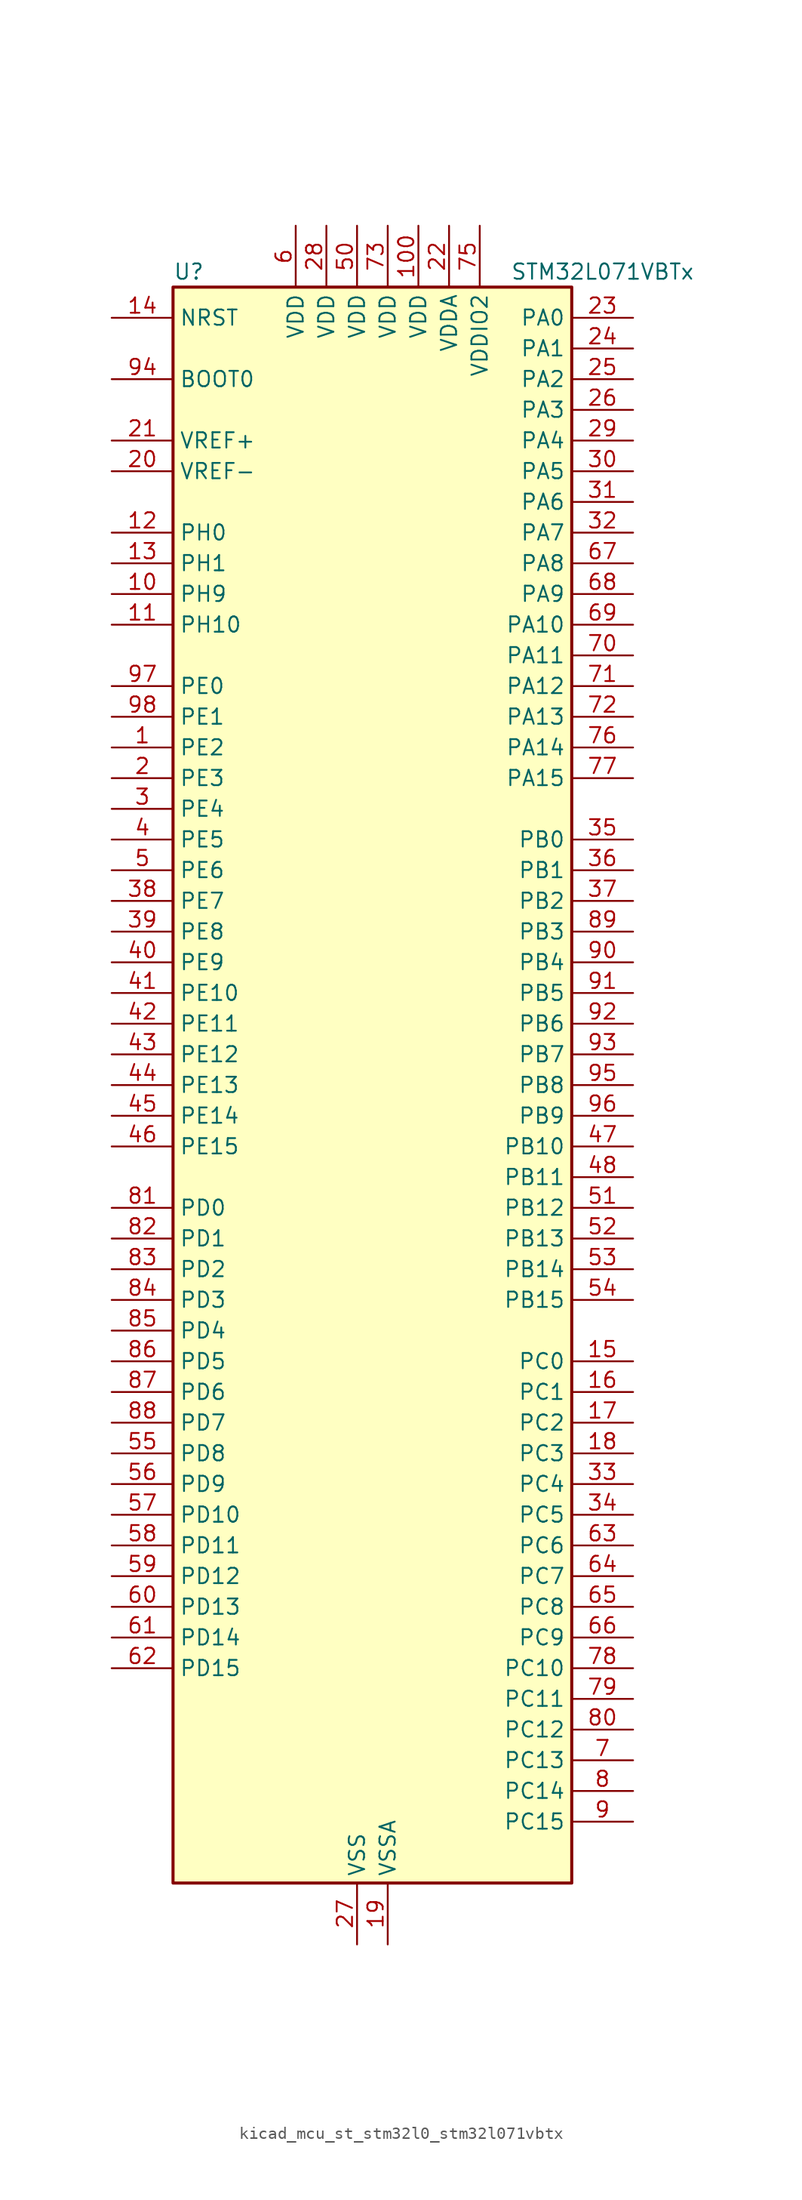
<source format=kicad_sym>
(kicad_symbol_lib
  (version 20220914)
  (generator kicad_symbol_editor)
  (symbol "kicad_mcu_st_stm32l0_stm32l071vbtx"
    (property "Reference" "U"
      (at -15.24 67.31 0)
      (effects (font (size 1.27 1.27)) (justify left)))
    (property "Value" "STM32L071VBTx"
      (at 12.7 67.31 0)
      (effects (font (size 1.27 1.27)) (justify left)))
    (property "ki_locked" ""
      (at 0 0 0)
      (effects (font (size 1.27 1.27))))
    (symbol "kicad_mcu_st_stm32l0_stm32l071vbtx_0_1"
      (rectangle (start -15.24 -66.04) (end 17.78 66.04) (stroke (width 0.254) (type default)) (fill (type background))))
    (symbol "kicad_mcu_st_stm32l0_stm32l071vbtx_1_1"
      (pin bidirectional line (at -20.32 27.94 0) (length 5.08) (name "PE2" (effects (font (size 1.27 1.27)))) (number "1" (effects (font (size 1.27 1.27)))) (alternate "TIM3_ETR" bidirectional line))
      (pin bidirectional line (at -20.32 40.64 0) (length 5.08) (name "PH9" (effects (font (size 1.27 1.27)))) (number "10" (effects (font (size 1.27 1.27)))))
      (pin power_in line (at 5.08 71.12 270) (length 5.08) (name "VDD" (effects (font (size 1.27 1.27)))) (number "100" (effects (font (size 1.27 1.27)))))
      (pin bidirectional line (at -20.32 38.1 0) (length 5.08) (name "PH10" (effects (font (size 1.27 1.27)))) (number "11" (effects (font (size 1.27 1.27)))))
      (pin bidirectional line (at -20.32 45.72 0) (length 5.08) (name "PH0" (effects (font (size 1.27 1.27)))) (number "12" (effects (font (size 1.27 1.27)))) (alternate "RCC_OSC_IN" bidirectional line))
      (pin bidirectional line (at -20.32 43.18 0) (length 5.08) (name "PH1" (effects (font (size 1.27 1.27)))) (number "13" (effects (font (size 1.27 1.27)))) (alternate "RCC_OSC_OUT" bidirectional line))
      (pin input line (at -20.32 63.5 0) (length 5.08) (name "NRST" (effects (font (size 1.27 1.27)))) (number "14" (effects (font (size 1.27 1.27)))))
      (pin bidirectional line (at 22.86 -22.86 180) (length 5.08) (name "PC0" (effects (font (size 1.27 1.27)))) (number "15" (effects (font (size 1.27 1.27)))) (alternate "ADC_IN10" bidirectional line) (alternate "I2C3_SCL" bidirectional line) (alternate "LPTIM1_IN1" bidirectional line) (alternate "LPUART1_RX" bidirectional line))
      (pin bidirectional line (at 22.86 -25.4 180) (length 5.08) (name "PC1" (effects (font (size 1.27 1.27)))) (number "16" (effects (font (size 1.27 1.27)))) (alternate "ADC_IN11" bidirectional line) (alternate "I2C3_SDA" bidirectional line) (alternate "LPTIM1_OUT" bidirectional line) (alternate "LPUART1_TX" bidirectional line))
      (pin bidirectional line (at 22.86 -27.94 180) (length 5.08) (name "PC2" (effects (font (size 1.27 1.27)))) (number "17" (effects (font (size 1.27 1.27)))) (alternate "ADC_IN12" bidirectional line) (alternate "I2S2_MCK" bidirectional line) (alternate "LPTIM1_IN2" bidirectional line) (alternate "SPI2_MISO" bidirectional line))
      (pin bidirectional line (at 22.86 -30.48 180) (length 5.08) (name "PC3" (effects (font (size 1.27 1.27)))) (number "18" (effects (font (size 1.27 1.27)))) (alternate "ADC_IN13" bidirectional line) (alternate "I2S2_SD" bidirectional line) (alternate "LPTIM1_ETR" bidirectional line) (alternate "SPI2_MOSI" bidirectional line))
      (pin power_in line (at 2.54 -71.12 90) (length 5.08) (name "VSSA" (effects (font (size 1.27 1.27)))) (number "19" (effects (font (size 1.27 1.27)))))
      (pin bidirectional line (at -20.32 25.4 0) (length 5.08) (name "PE3" (effects (font (size 1.27 1.27)))) (number "2" (effects (font (size 1.27 1.27)))) (alternate "TIM22_CH1" bidirectional line) (alternate "TIM3_CH1" bidirectional line))
      (pin input line (at -20.32 50.8 0) (length 5.08) (name "VREF-" (effects (font (size 1.27 1.27)))) (number "20" (effects (font (size 1.27 1.27)))))
      (pin input line (at -20.32 53.34 0) (length 5.08) (name "VREF+" (effects (font (size 1.27 1.27)))) (number "21" (effects (font (size 1.27 1.27)))))
      (pin power_in line (at 7.62 71.12 270) (length 5.08) (name "VDDA" (effects (font (size 1.27 1.27)))) (number "22" (effects (font (size 1.27 1.27)))))
      (pin bidirectional line (at 22.86 63.5 180) (length 5.08) (name "PA0" (effects (font (size 1.27 1.27)))) (number "23" (effects (font (size 1.27 1.27)))) (alternate "ADC_IN0" bidirectional line) (alternate "COMP1_INM" bidirectional line) (alternate "COMP1_OUT" bidirectional line) (alternate "RTC_TAMP2" bidirectional line) (alternate "SYS_WKUP1" bidirectional line) (alternate "TIM2_CH1" bidirectional line) (alternate "TIM2_ETR" bidirectional line) (alternate "USART2_CTS" bidirectional line) (alternate "USART4_TX" bidirectional line))
      (pin bidirectional line (at 22.86 60.96 180) (length 5.08) (name "PA1" (effects (font (size 1.27 1.27)))) (number "24" (effects (font (size 1.27 1.27)))) (alternate "ADC_IN1" bidirectional line) (alternate "COMP1_INP" bidirectional line) (alternate "TIM21_ETR" bidirectional line) (alternate "TIM2_CH2" bidirectional line) (alternate "USART2_DE" bidirectional line) (alternate "USART2_RTS" bidirectional line) (alternate "USART4_RX" bidirectional line))
      (pin bidirectional line (at 22.86 58.42 180) (length 5.08) (name "PA2" (effects (font (size 1.27 1.27)))) (number "25" (effects (font (size 1.27 1.27)))) (alternate "ADC_IN2" bidirectional line) (alternate "COMP2_INM" bidirectional line) (alternate "COMP2_OUT" bidirectional line) (alternate "LPUART1_TX" bidirectional line) (alternate "TIM21_CH1" bidirectional line) (alternate "TIM2_CH3" bidirectional line) (alternate "USART2_TX" bidirectional line))
      (pin bidirectional line (at 22.86 55.88 180) (length 5.08) (name "PA3" (effects (font (size 1.27 1.27)))) (number "26" (effects (font (size 1.27 1.27)))) (alternate "ADC_IN3" bidirectional line) (alternate "COMP2_INP" bidirectional line) (alternate "LPUART1_RX" bidirectional line) (alternate "TIM21_CH2" bidirectional line) (alternate "TIM2_CH4" bidirectional line) (alternate "USART2_RX" bidirectional line))
      (pin power_in line (at 0 -71.12 90) (length 5.08) (name "VSS" (effects (font (size 1.27 1.27)))) (number "27" (effects (font (size 1.27 1.27)))))
      (pin power_in line (at -2.54 71.12 270) (length 5.08) (name "VDD" (effects (font (size 1.27 1.27)))) (number "28" (effects (font (size 1.27 1.27)))))
      (pin bidirectional line (at 22.86 53.34 180) (length 5.08) (name "PA4" (effects (font (size 1.27 1.27)))) (number "29" (effects (font (size 1.27 1.27)))) (alternate "ADC_IN4" bidirectional line) (alternate "COMP1_INM" bidirectional line) (alternate "COMP2_INM" bidirectional line) (alternate "SPI1_NSS" bidirectional line) (alternate "TIM22_ETR" bidirectional line) (alternate "USART2_CK" bidirectional line))
      (pin bidirectional line (at -20.32 22.86 0) (length 5.08) (name "PE4" (effects (font (size 1.27 1.27)))) (number "3" (effects (font (size 1.27 1.27)))) (alternate "TIM22_CH2" bidirectional line) (alternate "TIM3_CH2" bidirectional line))
      (pin bidirectional line (at 22.86 50.8 180) (length 5.08) (name "PA5" (effects (font (size 1.27 1.27)))) (number "30" (effects (font (size 1.27 1.27)))) (alternate "ADC_IN5" bidirectional line) (alternate "COMP1_INM" bidirectional line) (alternate "COMP2_INM" bidirectional line) (alternate "SPI1_SCK" bidirectional line) (alternate "TIM2_CH1" bidirectional line) (alternate "TIM2_ETR" bidirectional line))
      (pin bidirectional line (at 22.86 48.26 180) (length 5.08) (name "PA6" (effects (font (size 1.27 1.27)))) (number "31" (effects (font (size 1.27 1.27)))) (alternate "ADC_IN6" bidirectional line) (alternate "COMP1_OUT" bidirectional line) (alternate "LPUART1_CTS" bidirectional line) (alternate "SPI1_MISO" bidirectional line) (alternate "TIM22_CH1" bidirectional line) (alternate "TIM3_CH1" bidirectional line))
      (pin bidirectional line (at 22.86 45.72 180) (length 5.08) (name "PA7" (effects (font (size 1.27 1.27)))) (number "32" (effects (font (size 1.27 1.27)))) (alternate "ADC_IN7" bidirectional line) (alternate "COMP2_OUT" bidirectional line) (alternate "SPI1_MOSI" bidirectional line) (alternate "TIM22_CH2" bidirectional line) (alternate "TIM3_CH2" bidirectional line))
      (pin bidirectional line (at 22.86 -33.02 180) (length 5.08) (name "PC4" (effects (font (size 1.27 1.27)))) (number "33" (effects (font (size 1.27 1.27)))) (alternate "ADC_IN14" bidirectional line) (alternate "LPUART1_TX" bidirectional line))
      (pin bidirectional line (at 22.86 -35.56 180) (length 5.08) (name "PC5" (effects (font (size 1.27 1.27)))) (number "34" (effects (font (size 1.27 1.27)))) (alternate "ADC_IN15" bidirectional line) (alternate "LPUART1_RX" bidirectional line))
      (pin bidirectional line (at 22.86 20.32 180) (length 5.08) (name "PB0" (effects (font (size 1.27 1.27)))) (number "35" (effects (font (size 1.27 1.27)))) (alternate "ADC_IN8" bidirectional line) (alternate "SYS_VREF_OUT_PB0" bidirectional line) (alternate "TIM3_CH3" bidirectional line))
      (pin bidirectional line (at 22.86 17.78 180) (length 5.08) (name "PB1" (effects (font (size 1.27 1.27)))) (number "36" (effects (font (size 1.27 1.27)))) (alternate "ADC_IN9" bidirectional line) (alternate "LPUART1_DE" bidirectional line) (alternate "LPUART1_RTS" bidirectional line) (alternate "SYS_VREF_OUT_PB1" bidirectional line) (alternate "TIM3_CH4" bidirectional line))
      (pin bidirectional line (at 22.86 15.24 180) (length 5.08) (name "PB2" (effects (font (size 1.27 1.27)))) (number "37" (effects (font (size 1.27 1.27)))) (alternate "I2C3_SMBA" bidirectional line) (alternate "LPTIM1_OUT" bidirectional line))
      (pin bidirectional line (at -20.32 15.24 0) (length 5.08) (name "PE7" (effects (font (size 1.27 1.27)))) (number "38" (effects (font (size 1.27 1.27)))) (alternate "USART5_CK" bidirectional line) (alternate "USART5_DE" bidirectional line) (alternate "USART5_RTS" bidirectional line))
      (pin bidirectional line (at -20.32 12.7 0) (length 5.08) (name "PE8" (effects (font (size 1.27 1.27)))) (number "39" (effects (font (size 1.27 1.27)))) (alternate "USART4_TX" bidirectional line))
      (pin bidirectional line (at -20.32 20.32 0) (length 5.08) (name "PE5" (effects (font (size 1.27 1.27)))) (number "4" (effects (font (size 1.27 1.27)))) (alternate "TIM21_CH1" bidirectional line) (alternate "TIM3_CH3" bidirectional line))
      (pin bidirectional line (at -20.32 10.16 0) (length 5.08) (name "PE9" (effects (font (size 1.27 1.27)))) (number "40" (effects (font (size 1.27 1.27)))) (alternate "TIM2_CH1" bidirectional line) (alternate "TIM2_ETR" bidirectional line) (alternate "USART4_RX" bidirectional line))
      (pin bidirectional line (at -20.32 7.62 0) (length 5.08) (name "PE10" (effects (font (size 1.27 1.27)))) (number "41" (effects (font (size 1.27 1.27)))) (alternate "TIM2_CH2" bidirectional line) (alternate "USART5_TX" bidirectional line))
      (pin bidirectional line (at -20.32 5.08 0) (length 5.08) (name "PE11" (effects (font (size 1.27 1.27)))) (number "42" (effects (font (size 1.27 1.27)))) (alternate "ADC_EXTI11" bidirectional line) (alternate "TIM2_CH3" bidirectional line) (alternate "USART5_RX" bidirectional line))
      (pin bidirectional line (at -20.32 2.54 0) (length 5.08) (name "PE12" (effects (font (size 1.27 1.27)))) (number "43" (effects (font (size 1.27 1.27)))) (alternate "SPI1_NSS" bidirectional line) (alternate "TIM2_CH4" bidirectional line))
      (pin bidirectional line (at -20.32 0 0) (length 5.08) (name "PE13" (effects (font (size 1.27 1.27)))) (number "44" (effects (font (size 1.27 1.27)))) (alternate "SPI1_SCK" bidirectional line))
      (pin bidirectional line (at -20.32 -2.54 0) (length 5.08) (name "PE14" (effects (font (size 1.27 1.27)))) (number "45" (effects (font (size 1.27 1.27)))) (alternate "SPI1_MISO" bidirectional line))
      (pin bidirectional line (at -20.32 -5.08 0) (length 5.08) (name "PE15" (effects (font (size 1.27 1.27)))) (number "46" (effects (font (size 1.27 1.27)))) (alternate "SPI1_MOSI" bidirectional line))
      (pin bidirectional line (at 22.86 -5.08 180) (length 5.08) (name "PB10" (effects (font (size 1.27 1.27)))) (number "47" (effects (font (size 1.27 1.27)))) (alternate "I2C2_SCL" bidirectional line) (alternate "LPUART1_RX" bidirectional line) (alternate "LPUART1_TX" bidirectional line) (alternate "SPI2_SCK" bidirectional line) (alternate "TIM2_CH3" bidirectional line))
      (pin bidirectional line (at 22.86 -7.62 180) (length 5.08) (name "PB11" (effects (font (size 1.27 1.27)))) (number "48" (effects (font (size 1.27 1.27)))) (alternate "ADC_EXTI11" bidirectional line) (alternate "I2C2_SDA" bidirectional line) (alternate "LPUART1_RX" bidirectional line) (alternate "LPUART1_TX" bidirectional line) (alternate "TIM2_CH4" bidirectional line))
      (pin passive line (at 0 -71.12 90) (length 5.08) hide (name "VSS" (effects (font (size 1.27 1.27)))) (number "49" (effects (font (size 1.27 1.27)))))
      (pin bidirectional line (at -20.32 17.78 0) (length 5.08) (name "PE6" (effects (font (size 1.27 1.27)))) (number "5" (effects (font (size 1.27 1.27)))) (alternate "RTC_TAMP3" bidirectional line) (alternate "SYS_WKUP3" bidirectional line) (alternate "TIM21_CH2" bidirectional line) (alternate "TIM3_CH4" bidirectional line))
      (pin power_in line (at 0 71.12 270) (length 5.08) (name "VDD" (effects (font (size 1.27 1.27)))) (number "50" (effects (font (size 1.27 1.27)))))
      (pin bidirectional line (at 22.86 -10.16 180) (length 5.08) (name "PB12" (effects (font (size 1.27 1.27)))) (number "51" (effects (font (size 1.27 1.27)))) (alternate "I2S2_WS" bidirectional line) (alternate "LPUART1_DE" bidirectional line) (alternate "LPUART1_RTS" bidirectional line) (alternate "SPI2_NSS" bidirectional line))
      (pin bidirectional line (at 22.86 -12.7 180) (length 5.08) (name "PB13" (effects (font (size 1.27 1.27)))) (number "52" (effects (font (size 1.27 1.27)))) (alternate "I2C2_SCL" bidirectional line) (alternate "I2S2_CK" bidirectional line) (alternate "LPUART1_CTS" bidirectional line) (alternate "RCC_MCO" bidirectional line) (alternate "SPI2_SCK" bidirectional line) (alternate "TIM21_CH1" bidirectional line))
      (pin bidirectional line (at 22.86 -15.24 180) (length 5.08) (name "PB14" (effects (font (size 1.27 1.27)))) (number "53" (effects (font (size 1.27 1.27)))) (alternate "I2C2_SDA" bidirectional line) (alternate "I2S2_MCK" bidirectional line) (alternate "LPUART1_DE" bidirectional line) (alternate "LPUART1_RTS" bidirectional line) (alternate "RTC_OUT_ALARM" bidirectional line) (alternate "RTC_OUT_CALIB" bidirectional line) (alternate "SPI2_MISO" bidirectional line) (alternate "TIM21_CH2" bidirectional line))
      (pin bidirectional line (at 22.86 -17.78 180) (length 5.08) (name "PB15" (effects (font (size 1.27 1.27)))) (number "54" (effects (font (size 1.27 1.27)))) (alternate "I2S2_SD" bidirectional line) (alternate "RTC_REFIN" bidirectional line) (alternate "SPI2_MOSI" bidirectional line))
      (pin bidirectional line (at -20.32 -30.48 0) (length 5.08) (name "PD8" (effects (font (size 1.27 1.27)))) (number "55" (effects (font (size 1.27 1.27)))) (alternate "LPUART1_TX" bidirectional line))
      (pin bidirectional line (at -20.32 -33.02 0) (length 5.08) (name "PD9" (effects (font (size 1.27 1.27)))) (number "56" (effects (font (size 1.27 1.27)))) (alternate "LPUART1_RX" bidirectional line))
      (pin bidirectional line (at -20.32 -35.56 0) (length 5.08) (name "PD10" (effects (font (size 1.27 1.27)))) (number "57" (effects (font (size 1.27 1.27)))))
      (pin bidirectional line (at -20.32 -38.1 0) (length 5.08) (name "PD11" (effects (font (size 1.27 1.27)))) (number "58" (effects (font (size 1.27 1.27)))) (alternate "ADC_EXTI11" bidirectional line) (alternate "LPUART1_CTS" bidirectional line))
      (pin bidirectional line (at -20.32 -40.64 0) (length 5.08) (name "PD12" (effects (font (size 1.27 1.27)))) (number "59" (effects (font (size 1.27 1.27)))) (alternate "LPUART1_DE" bidirectional line) (alternate "LPUART1_RTS" bidirectional line))
      (pin power_in line (at -5.08 71.12 270) (length 5.08) (name "VDD" (effects (font (size 1.27 1.27)))) (number "6" (effects (font (size 1.27 1.27)))))
      (pin bidirectional line (at -20.32 -43.18 0) (length 5.08) (name "PD13" (effects (font (size 1.27 1.27)))) (number "60" (effects (font (size 1.27 1.27)))))
      (pin bidirectional line (at -20.32 -45.72 0) (length 5.08) (name "PD14" (effects (font (size 1.27 1.27)))) (number "61" (effects (font (size 1.27 1.27)))))
      (pin bidirectional line (at -20.32 -48.26 0) (length 5.08) (name "PD15" (effects (font (size 1.27 1.27)))) (number "62" (effects (font (size 1.27 1.27)))))
      (pin bidirectional line (at 22.86 -38.1 180) (length 5.08) (name "PC6" (effects (font (size 1.27 1.27)))) (number "63" (effects (font (size 1.27 1.27)))) (alternate "TIM22_CH1" bidirectional line) (alternate "TIM3_CH1" bidirectional line))
      (pin bidirectional line (at 22.86 -40.64 180) (length 5.08) (name "PC7" (effects (font (size 1.27 1.27)))) (number "64" (effects (font (size 1.27 1.27)))) (alternate "TIM22_CH2" bidirectional line) (alternate "TIM3_CH2" bidirectional line))
      (pin bidirectional line (at 22.86 -43.18 180) (length 5.08) (name "PC8" (effects (font (size 1.27 1.27)))) (number "65" (effects (font (size 1.27 1.27)))) (alternate "TIM22_ETR" bidirectional line) (alternate "TIM3_CH3" bidirectional line))
      (pin bidirectional line (at 22.86 -45.72 180) (length 5.08) (name "PC9" (effects (font (size 1.27 1.27)))) (number "66" (effects (font (size 1.27 1.27)))) (alternate "I2C3_SDA" bidirectional line) (alternate "TIM21_ETR" bidirectional line) (alternate "TIM3_CH4" bidirectional line))
      (pin bidirectional line (at 22.86 43.18 180) (length 5.08) (name "PA8" (effects (font (size 1.27 1.27)))) (number "67" (effects (font (size 1.27 1.27)))) (alternate "I2C3_SCL" bidirectional line) (alternate "RCC_MCO" bidirectional line) (alternate "USART1_CK" bidirectional line))
      (pin bidirectional line (at 22.86 40.64 180) (length 5.08) (name "PA9" (effects (font (size 1.27 1.27)))) (number "68" (effects (font (size 1.27 1.27)))) (alternate "I2C1_SCL" bidirectional line) (alternate "I2C3_SMBA" bidirectional line) (alternate "RCC_MCO" bidirectional line) (alternate "USART1_TX" bidirectional line))
      (pin bidirectional line (at 22.86 38.1 180) (length 5.08) (name "PA10" (effects (font (size 1.27 1.27)))) (number "69" (effects (font (size 1.27 1.27)))) (alternate "I2C1_SDA" bidirectional line) (alternate "USART1_RX" bidirectional line))
      (pin bidirectional line (at 22.86 -55.88 180) (length 5.08) (name "PC13" (effects (font (size 1.27 1.27)))) (number "7" (effects (font (size 1.27 1.27)))) (alternate "RTC_OUT_ALARM" bidirectional line) (alternate "RTC_OUT_CALIB" bidirectional line) (alternate "RTC_TAMP1" bidirectional line) (alternate "RTC_TS" bidirectional line) (alternate "SYS_WKUP2" bidirectional line))
      (pin bidirectional line (at 22.86 35.56 180) (length 5.08) (name "PA11" (effects (font (size 1.27 1.27)))) (number "70" (effects (font (size 1.27 1.27)))) (alternate "ADC_EXTI11" bidirectional line) (alternate "COMP1_OUT" bidirectional line) (alternate "SPI1_MISO" bidirectional line) (alternate "USART1_CTS" bidirectional line))
      (pin bidirectional line (at 22.86 33.02 180) (length 5.08) (name "PA12" (effects (font (size 1.27 1.27)))) (number "71" (effects (font (size 1.27 1.27)))) (alternate "COMP2_OUT" bidirectional line) (alternate "SPI1_MOSI" bidirectional line) (alternate "USART1_DE" bidirectional line) (alternate "USART1_RTS" bidirectional line))
      (pin bidirectional line (at 22.86 30.48 180) (length 5.08) (name "PA13" (effects (font (size 1.27 1.27)))) (number "72" (effects (font (size 1.27 1.27)))) (alternate "LPUART1_RX" bidirectional line) (alternate "SYS_SWDIO" bidirectional line))
      (pin power_in line (at 2.54 71.12 270) (length 5.08) (name "VDD" (effects (font (size 1.27 1.27)))) (number "73" (effects (font (size 1.27 1.27)))))
      (pin passive line (at 0 -71.12 90) (length 5.08) hide (name "VSS" (effects (font (size 1.27 1.27)))) (number "74" (effects (font (size 1.27 1.27)))))
      (pin power_in line (at 10.16 71.12 270) (length 5.08) (name "VDDIO2" (effects (font (size 1.27 1.27)))) (number "75" (effects (font (size 1.27 1.27)))))
      (pin bidirectional line (at 22.86 27.94 180) (length 5.08) (name "PA14" (effects (font (size 1.27 1.27)))) (number "76" (effects (font (size 1.27 1.27)))) (alternate "LPUART1_TX" bidirectional line) (alternate "SYS_SWCLK" bidirectional line) (alternate "USART2_TX" bidirectional line))
      (pin bidirectional line (at 22.86 25.4 180) (length 5.08) (name "PA15" (effects (font (size 1.27 1.27)))) (number "77" (effects (font (size 1.27 1.27)))) (alternate "SPI1_NSS" bidirectional line) (alternate "TIM2_CH1" bidirectional line) (alternate "TIM2_ETR" bidirectional line) (alternate "USART2_RX" bidirectional line) (alternate "USART4_DE" bidirectional line) (alternate "USART4_RTS" bidirectional line))
      (pin bidirectional line (at 22.86 -48.26 180) (length 5.08) (name "PC10" (effects (font (size 1.27 1.27)))) (number "78" (effects (font (size 1.27 1.27)))) (alternate "LPUART1_TX" bidirectional line) (alternate "USART4_TX" bidirectional line))
      (pin bidirectional line (at 22.86 -50.8 180) (length 5.08) (name "PC11" (effects (font (size 1.27 1.27)))) (number "79" (effects (font (size 1.27 1.27)))) (alternate "ADC_EXTI11" bidirectional line) (alternate "LPUART1_RX" bidirectional line) (alternate "USART4_RX" bidirectional line))
      (pin bidirectional line (at 22.86 -58.42 180) (length 5.08) (name "PC14" (effects (font (size 1.27 1.27)))) (number "8" (effects (font (size 1.27 1.27)))) (alternate "RCC_OSC32_IN" bidirectional line))
      (pin bidirectional line (at 22.86 -53.34 180) (length 5.08) (name "PC12" (effects (font (size 1.27 1.27)))) (number "80" (effects (font (size 1.27 1.27)))) (alternate "USART4_CK" bidirectional line) (alternate "USART5_TX" bidirectional line))
      (pin bidirectional line (at -20.32 -10.16 0) (length 5.08) (name "PD0" (effects (font (size 1.27 1.27)))) (number "81" (effects (font (size 1.27 1.27)))) (alternate "I2S2_WS" bidirectional line) (alternate "SPI2_NSS" bidirectional line) (alternate "TIM21_CH1" bidirectional line))
      (pin bidirectional line (at -20.32 -12.7 0) (length 5.08) (name "PD1" (effects (font (size 1.27 1.27)))) (number "82" (effects (font (size 1.27 1.27)))) (alternate "I2S2_CK" bidirectional line) (alternate "SPI2_SCK" bidirectional line))
      (pin bidirectional line (at -20.32 -15.24 0) (length 5.08) (name "PD2" (effects (font (size 1.27 1.27)))) (number "83" (effects (font (size 1.27 1.27)))) (alternate "LPUART1_DE" bidirectional line) (alternate "LPUART1_RTS" bidirectional line) (alternate "TIM3_ETR" bidirectional line) (alternate "USART5_RX" bidirectional line))
      (pin bidirectional line (at -20.32 -17.78 0) (length 5.08) (name "PD3" (effects (font (size 1.27 1.27)))) (number "84" (effects (font (size 1.27 1.27)))) (alternate "I2S2_MCK" bidirectional line) (alternate "SPI2_MISO" bidirectional line) (alternate "USART2_CTS" bidirectional line))
      (pin bidirectional line (at -20.32 -20.32 0) (length 5.08) (name "PD4" (effects (font (size 1.27 1.27)))) (number "85" (effects (font (size 1.27 1.27)))) (alternate "I2S2_SD" bidirectional line) (alternate "SPI2_MOSI" bidirectional line) (alternate "USART2_DE" bidirectional line) (alternate "USART2_RTS" bidirectional line))
      (pin bidirectional line (at -20.32 -22.86 0) (length 5.08) (name "PD5" (effects (font (size 1.27 1.27)))) (number "86" (effects (font (size 1.27 1.27)))) (alternate "USART2_TX" bidirectional line))
      (pin bidirectional line (at -20.32 -25.4 0) (length 5.08) (name "PD6" (effects (font (size 1.27 1.27)))) (number "87" (effects (font (size 1.27 1.27)))) (alternate "USART2_RX" bidirectional line))
      (pin bidirectional line (at -20.32 -27.94 0) (length 5.08) (name "PD7" (effects (font (size 1.27 1.27)))) (number "88" (effects (font (size 1.27 1.27)))) (alternate "TIM21_CH2" bidirectional line) (alternate "USART2_CK" bidirectional line))
      (pin bidirectional line (at 22.86 12.7 180) (length 5.08) (name "PB3" (effects (font (size 1.27 1.27)))) (number "89" (effects (font (size 1.27 1.27)))) (alternate "COMP2_INM" bidirectional line) (alternate "SPI1_SCK" bidirectional line) (alternate "TIM2_CH2" bidirectional line) (alternate "USART1_DE" bidirectional line) (alternate "USART1_RTS" bidirectional line) (alternate "USART5_TX" bidirectional line))
      (pin bidirectional line (at 22.86 -60.96 180) (length 5.08) (name "PC15" (effects (font (size 1.27 1.27)))) (number "9" (effects (font (size 1.27 1.27)))) (alternate "RCC_OSC32_OUT" bidirectional line))
      (pin bidirectional line (at 22.86 10.16 180) (length 5.08) (name "PB4" (effects (font (size 1.27 1.27)))) (number "90" (effects (font (size 1.27 1.27)))) (alternate "COMP2_INP" bidirectional line) (alternate "I2C3_SDA" bidirectional line) (alternate "SPI1_MISO" bidirectional line) (alternate "TIM22_CH1" bidirectional line) (alternate "TIM3_CH1" bidirectional line) (alternate "USART1_CTS" bidirectional line) (alternate "USART5_RX" bidirectional line))
      (pin bidirectional line (at 22.86 7.62 180) (length 5.08) (name "PB5" (effects (font (size 1.27 1.27)))) (number "91" (effects (font (size 1.27 1.27)))) (alternate "COMP2_INP" bidirectional line) (alternate "I2C1_SMBA" bidirectional line) (alternate "LPTIM1_IN1" bidirectional line) (alternate "SPI1_MOSI" bidirectional line) (alternate "TIM22_CH2" bidirectional line) (alternate "TIM3_CH2" bidirectional line) (alternate "USART1_CK" bidirectional line) (alternate "USART5_CK" bidirectional line) (alternate "USART5_DE" bidirectional line) (alternate "USART5_RTS" bidirectional line))
      (pin bidirectional line (at 22.86 5.08 180) (length 5.08) (name "PB6" (effects (font (size 1.27 1.27)))) (number "92" (effects (font (size 1.27 1.27)))) (alternate "COMP2_INP" bidirectional line) (alternate "I2C1_SCL" bidirectional line) (alternate "LPTIM1_ETR" bidirectional line) (alternate "USART1_TX" bidirectional line))
      (pin bidirectional line (at 22.86 2.54 180) (length 5.08) (name "PB7" (effects (font (size 1.27 1.27)))) (number "93" (effects (font (size 1.27 1.27)))) (alternate "COMP2_INP" bidirectional line) (alternate "I2C1_SDA" bidirectional line) (alternate "LPTIM1_IN2" bidirectional line) (alternate "SYS_PVD_IN" bidirectional line) (alternate "USART1_RX" bidirectional line) (alternate "USART4_CTS" bidirectional line))
      (pin input line (at -20.32 58.42 0) (length 5.08) (name "BOOT0" (effects (font (size 1.27 1.27)))) (number "94" (effects (font (size 1.27 1.27)))))
      (pin bidirectional line (at 22.86 0 180) (length 5.08) (name "PB8" (effects (font (size 1.27 1.27)))) (number "95" (effects (font (size 1.27 1.27)))) (alternate "I2C1_SCL" bidirectional line))
      (pin bidirectional line (at 22.86 -2.54 180) (length 5.08) (name "PB9" (effects (font (size 1.27 1.27)))) (number "96" (effects (font (size 1.27 1.27)))) (alternate "I2C1_SDA" bidirectional line) (alternate "I2S2_WS" bidirectional line) (alternate "SPI2_NSS" bidirectional line))
      (pin bidirectional line (at -20.32 33.02 0) (length 5.08) (name "PE0" (effects (font (size 1.27 1.27)))) (number "97" (effects (font (size 1.27 1.27)))))
      (pin bidirectional line (at -20.32 30.48 0) (length 5.08) (name "PE1" (effects (font (size 1.27 1.27)))) (number "98" (effects (font (size 1.27 1.27)))))
      (pin passive line (at 0 -71.12 90) (length 5.08) hide (name "VSS" (effects (font (size 1.27 1.27)))) (number "99" (effects (font (size 1.27 1.27))))))))
</source>
